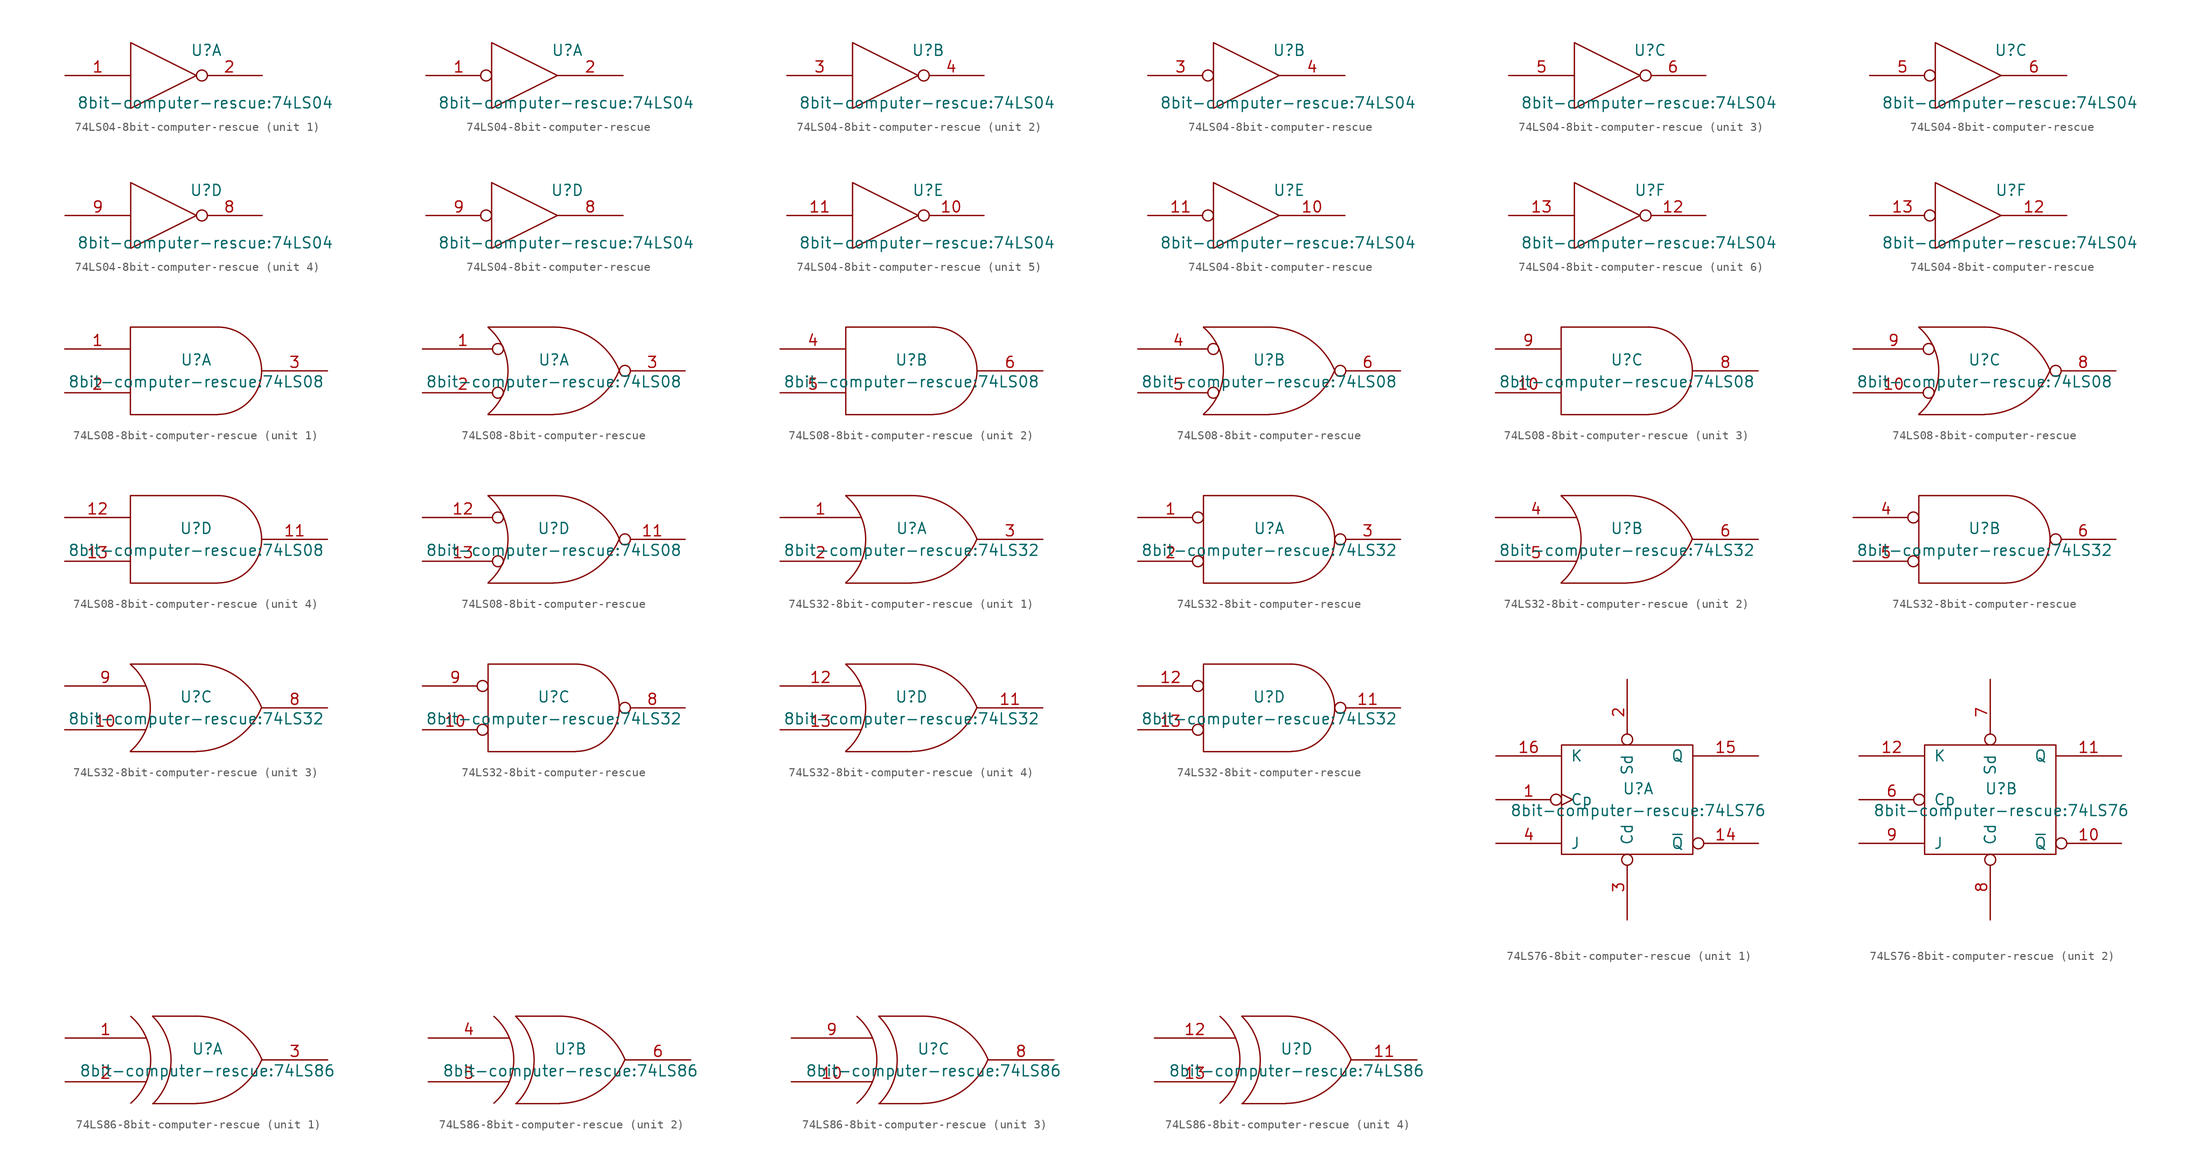
<source format=kicad_sym>
(kicad_symbol_lib
  (version 20231120)
  (generator "kicad_symbol_editor")
  (generator_version "8.0")
  (symbol "74LS04-8bit-computer-rescue"
    (pin_names
      (offset 0.762))
    (property "Reference" "U"
      (at 4.953 2.921 0)
      (effects (font (size 1.27 1.27))))
    (property "Value" "8bit-computer-rescue:74LS04"
      (at 4.826 -3.175 0)
      (effects (font (size 1.27 1.27))))
    (symbol "74LS04-8bit-computer-rescue_0_0"
      (polyline (pts (xy -3.81 3.81) (xy -3.81 -3.81) (xy 3.81 0) (xy -3.81 3.81)) (stroke (width 0) (type solid)) (fill (type none)))
      (pin power_in line (at -1.27 2.54 90) (length 0) hide (name "VCC" (effects (font (size 1.016 1.016)))) (number "14" (effects (font (size 1.016 1.016)))))
      (pin power_in line (at -1.27 -2.54 90) (length 0) hide (name "GND" (effects (font (size 1.016 1.016)))) (number "7" (effects (font (size 1.016 1.016))))))
    (symbol "74LS04-8bit-computer-rescue_1_1"
      (pin input line (at -11.43 0 0) (length 7.62) (name "~" (effects (font (size 1.27 1.27)))) (number "1" (effects (font (size 1.27 1.27)))))
      (pin output inverted (at 11.43 0 180) (length 7.62) (name "~" (effects (font (size 1.27 1.27)))) (number "2" (effects (font (size 1.27 1.27))))))
    (symbol "74LS04-8bit-computer-rescue_1_2"
      (pin input inverted (at -11.43 0 0) (length 7.62) (name "~" (effects (font (size 1.27 1.27)))) (number "1" (effects (font (size 1.27 1.27)))))
      (pin output line (at 11.43 0 180) (length 7.62) (name "~" (effects (font (size 1.27 1.27)))) (number "2" (effects (font (size 1.27 1.27))))))
    (symbol "74LS04-8bit-computer-rescue_2_1"
      (pin input line (at -11.43 0 0) (length 7.62) (name "~" (effects (font (size 1.27 1.27)))) (number "3" (effects (font (size 1.27 1.27)))))
      (pin output inverted (at 11.43 0 180) (length 7.62) (name "~" (effects (font (size 1.27 1.27)))) (number "4" (effects (font (size 1.27 1.27))))))
    (symbol "74LS04-8bit-computer-rescue_2_2"
      (pin input inverted (at -11.43 0 0) (length 7.62) (name "~" (effects (font (size 1.27 1.27)))) (number "3" (effects (font (size 1.27 1.27)))))
      (pin output line (at 11.43 0 180) (length 7.62) (name "~" (effects (font (size 1.27 1.27)))) (number "4" (effects (font (size 1.27 1.27))))))
    (symbol "74LS04-8bit-computer-rescue_3_1"
      (pin input line (at -11.43 0 0) (length 7.62) (name "~" (effects (font (size 1.27 1.27)))) (number "5" (effects (font (size 1.27 1.27)))))
      (pin output inverted (at 11.43 0 180) (length 7.62) (name "~" (effects (font (size 1.27 1.27)))) (number "6" (effects (font (size 1.27 1.27))))))
    (symbol "74LS04-8bit-computer-rescue_3_2"
      (pin input inverted (at -11.43 0 0) (length 7.62) (name "~" (effects (font (size 1.27 1.27)))) (number "5" (effects (font (size 1.27 1.27)))))
      (pin output line (at 11.43 0 180) (length 7.62) (name "~" (effects (font (size 1.27 1.27)))) (number "6" (effects (font (size 1.27 1.27))))))
    (symbol "74LS04-8bit-computer-rescue_4_1"
      (pin output inverted (at 11.43 0 180) (length 7.62) (name "~" (effects (font (size 1.27 1.27)))) (number "8" (effects (font (size 1.27 1.27)))))
      (pin input line (at -11.43 0 0) (length 7.62) (name "~" (effects (font (size 1.27 1.27)))) (number "9" (effects (font (size 1.27 1.27))))))
    (symbol "74LS04-8bit-computer-rescue_4_2"
      (pin output line (at 11.43 0 180) (length 7.62) (name "~" (effects (font (size 1.27 1.27)))) (number "8" (effects (font (size 1.27 1.27)))))
      (pin input inverted (at -11.43 0 0) (length 7.62) (name "~" (effects (font (size 1.27 1.27)))) (number "9" (effects (font (size 1.27 1.27))))))
    (symbol "74LS04-8bit-computer-rescue_5_1"
      (pin output inverted (at 11.43 0 180) (length 7.62) (name "~" (effects (font (size 1.27 1.27)))) (number "10" (effects (font (size 1.27 1.27)))))
      (pin input line (at -11.43 0 0) (length 7.62) (name "~" (effects (font (size 1.27 1.27)))) (number "11" (effects (font (size 1.27 1.27))))))
    (symbol "74LS04-8bit-computer-rescue_5_2"
      (pin output line (at 11.43 0 180) (length 7.62) (name "~" (effects (font (size 1.27 1.27)))) (number "10" (effects (font (size 1.27 1.27)))))
      (pin input inverted (at -11.43 0 0) (length 7.62) (name "~" (effects (font (size 1.27 1.27)))) (number "11" (effects (font (size 1.27 1.27))))))
    (symbol "74LS04-8bit-computer-rescue_6_1"
      (pin output inverted (at 11.43 0 180) (length 7.62) (name "~" (effects (font (size 1.27 1.27)))) (number "12" (effects (font (size 1.27 1.27)))))
      (pin input line (at -11.43 0 0) (length 7.62) (name "~" (effects (font (size 1.27 1.27)))) (number "13" (effects (font (size 1.27 1.27))))))
    (symbol "74LS04-8bit-computer-rescue_6_2"
      (pin output line (at 11.43 0 180) (length 7.62) (name "~" (effects (font (size 1.27 1.27)))) (number "12" (effects (font (size 1.27 1.27)))))
      (pin input inverted (at -11.43 0 0) (length 7.62) (name "~" (effects (font (size 1.27 1.27)))) (number "13" (effects (font (size 1.27 1.27)))))))
  (symbol "74LS08-8bit-computer-rescue"
    (pin_names
      (offset 0.762))
    (property "Reference" "U"
      (at 0 1.27 0)
      (effects (font (size 1.27 1.27))))
    (property "Value" "8bit-computer-rescue:74LS08"
      (at 0 -1.27 0)
      (effects (font (size 1.27 1.27))))
    (symbol "74LS08-8bit-computer-rescue_0_0"
      (pin power_in line (at -5.08 5.08 90) (length 0) hide (name "VCC" (effects (font (size 1.016 1.016)))) (number "14" (effects (font (size 1.016 1.016)))))
      (pin power_in line (at -5.08 -5.08 90) (length 0) hide (name "GND" (effects (font (size 1.016 1.016)))) (number "7" (effects (font (size 1.016 1.016))))))
    (symbol "74LS08-8bit-computer-rescue_0_1"
      (polyline (pts (xy 2.54 5.08) (xy -7.62 5.08) (xy -7.62 -5.08) (xy 2.54 -5.08)) (stroke (width 0) (type solid)) (fill (type none)))
      (arc (start 2.5654 -5.0546) (mid 7.5947 0.0001) (end 2.5654 5.08) (stroke (width 0) (type solid)) (fill (type none))))
    (symbol "74LS08-8bit-computer-rescue_0_2"
      (arc (start -7.62 -5.0292) (mid -5.3094 0.0082) (end -7.62 5.0546) (stroke (width 0) (type solid)) (fill (type none)))
      (arc (start 0 -5.0546) (mid 4.5632 -3.6449) (end 7.5946 0.0508) (stroke (width 0) (type solid)) (fill (type none)))
      (polyline (pts (xy -7.62 -5.08) (xy 0 -5.08)) (stroke (width 0) (type solid)) (fill (type none)))
      (polyline (pts (xy -7.62 5.08) (xy 0 5.08)) (stroke (width 0) (type solid)) (fill (type none)))
      (arc (start 7.62 0) (mid 4.6132 3.6946) (end 0.0508 5.08) (stroke (width 0) (type solid)) (fill (type none))))
    (symbol "74LS08-8bit-computer-rescue_1_1"
      (pin input line (at -15.24 2.54 0) (length 7.62) (name "~" (effects (font (size 1.27 1.27)))) (number "1" (effects (font (size 1.27 1.27)))))
      (pin input line (at -15.24 -2.54 0) (length 7.62) (name "~" (effects (font (size 1.27 1.27)))) (number "2" (effects (font (size 1.27 1.27)))))
      (pin output line (at 15.24 0 180) (length 7.62) (name "~" (effects (font (size 1.27 1.27)))) (number "3" (effects (font (size 1.27 1.27))))))
    (symbol "74LS08-8bit-computer-rescue_1_2"
      (pin input inverted (at -15.24 2.54 0) (length 9.398) (name "~" (effects (font (size 1.27 1.27)))) (number "1" (effects (font (size 1.27 1.27)))))
      (pin input inverted (at -15.24 -2.54 0) (length 9.398) (name "~" (effects (font (size 1.27 1.27)))) (number "2" (effects (font (size 1.27 1.27)))))
      (pin output inverted (at 15.24 0 180) (length 7.62) (name "~" (effects (font (size 1.27 1.27)))) (number "3" (effects (font (size 1.27 1.27))))))
    (symbol "74LS08-8bit-computer-rescue_2_1"
      (pin input line (at -15.24 2.54 0) (length 7.62) (name "~" (effects (font (size 1.27 1.27)))) (number "4" (effects (font (size 1.27 1.27)))))
      (pin input line (at -15.24 -2.54 0) (length 7.62) (name "~" (effects (font (size 1.27 1.27)))) (number "5" (effects (font (size 1.27 1.27)))))
      (pin output line (at 15.24 0 180) (length 7.62) (name "~" (effects (font (size 1.27 1.27)))) (number "6" (effects (font (size 1.27 1.27))))))
    (symbol "74LS08-8bit-computer-rescue_2_2"
      (pin input inverted (at -15.24 2.54 0) (length 9.398) (name "~" (effects (font (size 1.27 1.27)))) (number "4" (effects (font (size 1.27 1.27)))))
      (pin input inverted (at -15.24 -2.54 0) (length 9.398) (name "~" (effects (font (size 1.27 1.27)))) (number "5" (effects (font (size 1.27 1.27)))))
      (pin output inverted (at 15.24 0 180) (length 7.62) (name "~" (effects (font (size 1.27 1.27)))) (number "6" (effects (font (size 1.27 1.27))))))
    (symbol "74LS08-8bit-computer-rescue_3_1"
      (pin input line (at -15.24 -2.54 0) (length 7.62) (name "~" (effects (font (size 1.27 1.27)))) (number "10" (effects (font (size 1.27 1.27)))))
      (pin output line (at 15.24 0 180) (length 7.62) (name "~" (effects (font (size 1.27 1.27)))) (number "8" (effects (font (size 1.27 1.27)))))
      (pin input line (at -15.24 2.54 0) (length 7.62) (name "~" (effects (font (size 1.27 1.27)))) (number "9" (effects (font (size 1.27 1.27))))))
    (symbol "74LS08-8bit-computer-rescue_3_2"
      (pin input inverted (at -15.24 -2.54 0) (length 9.398) (name "~" (effects (font (size 1.27 1.27)))) (number "10" (effects (font (size 1.27 1.27)))))
      (pin output inverted (at 15.24 0 180) (length 7.62) (name "~" (effects (font (size 1.27 1.27)))) (number "8" (effects (font (size 1.27 1.27)))))
      (pin input inverted (at -15.24 2.54 0) (length 9.398) (name "~" (effects (font (size 1.27 1.27)))) (number "9" (effects (font (size 1.27 1.27))))))
    (symbol "74LS08-8bit-computer-rescue_4_1"
      (pin output line (at 15.24 0 180) (length 7.62) (name "~" (effects (font (size 1.27 1.27)))) (number "11" (effects (font (size 1.27 1.27)))))
      (pin input line (at -15.24 2.54 0) (length 7.62) (name "~" (effects (font (size 1.27 1.27)))) (number "12" (effects (font (size 1.27 1.27)))))
      (pin input line (at -15.24 -2.54 0) (length 7.62) (name "~" (effects (font (size 1.27 1.27)))) (number "13" (effects (font (size 1.27 1.27))))))
    (symbol "74LS08-8bit-computer-rescue_4_2"
      (pin output inverted (at 15.24 0 180) (length 7.62) (name "~" (effects (font (size 1.27 1.27)))) (number "11" (effects (font (size 1.27 1.27)))))
      (pin input inverted (at -15.24 2.54 0) (length 9.398) (name "~" (effects (font (size 1.27 1.27)))) (number "12" (effects (font (size 1.27 1.27)))))
      (pin input inverted (at -15.24 -2.54 0) (length 9.398) (name "~" (effects (font (size 1.27 1.27)))) (number "13" (effects (font (size 1.27 1.27)))))))
  (symbol "74LS32-8bit-computer-rescue"
    (pin_names
      (offset 0.762))
    (property "Reference" "U"
      (at 0 1.27 0)
      (effects (font (size 1.27 1.27))))
    (property "Value" "8bit-computer-rescue:74LS32"
      (at 0 -1.27 0)
      (effects (font (size 1.27 1.27))))
    (symbol "74LS32-8bit-computer-rescue_0_0"
      (pin power_in line (at -5.08 5.08 90) (length 0) hide (name "VCC" (effects (font (size 1.016 1.016)))) (number "14" (effects (font (size 1.016 1.016)))))
      (pin power_in line (at -5.08 -5.08 90) (length 0) hide (name "GND" (effects (font (size 1.016 1.016)))) (number "7" (effects (font (size 1.016 1.016))))))
    (symbol "74LS32-8bit-computer-rescue_0_1"
      (arc (start -7.62 -5.0292) (mid -5.3094 0.0082) (end -7.62 5.0546) (stroke (width 0) (type solid)) (fill (type none)))
      (arc (start 0 -5.0546) (mid 4.5632 -3.6449) (end 7.5946 0.0508) (stroke (width 0) (type solid)) (fill (type none)))
      (polyline (pts (xy -7.62 -5.08) (xy 0 -5.08)) (stroke (width 0) (type solid)) (fill (type none)))
      (polyline (pts (xy -7.62 5.08) (xy 0 5.08)) (stroke (width 0) (type solid)) (fill (type none)))
      (arc (start 7.62 0) (mid 4.6132 3.6946) (end 0.0508 5.08) (stroke (width 0) (type solid)) (fill (type none))))
    (symbol "74LS32-8bit-computer-rescue_0_2"
      (polyline (pts (xy 2.54 5.08) (xy -7.62 5.08) (xy -7.62 -5.08) (xy 2.54 -5.08)) (stroke (width 0) (type solid)) (fill (type none)))
      (arc (start 2.5654 -5.0546) (mid 7.5947 0.0001) (end 2.5654 5.08) (stroke (width 0) (type solid)) (fill (type none))))
    (symbol "74LS32-8bit-computer-rescue_1_1"
      (pin input line (at -15.24 2.54 0) (length 9.398) (name "~" (effects (font (size 1.27 1.27)))) (number "1" (effects (font (size 1.27 1.27)))))
      (pin input line (at -15.24 -2.54 0) (length 9.398) (name "~" (effects (font (size 1.27 1.27)))) (number "2" (effects (font (size 1.27 1.27)))))
      (pin output line (at 15.24 0 180) (length 7.62) (name "~" (effects (font (size 1.27 1.27)))) (number "3" (effects (font (size 1.27 1.27))))))
    (symbol "74LS32-8bit-computer-rescue_1_2"
      (pin input inverted (at -15.24 2.54 0) (length 7.62) (name "~" (effects (font (size 1.27 1.27)))) (number "1" (effects (font (size 1.27 1.27)))))
      (pin input inverted (at -15.24 -2.54 0) (length 7.62) (name "~" (effects (font (size 1.27 1.27)))) (number "2" (effects (font (size 1.27 1.27)))))
      (pin output inverted (at 15.24 0 180) (length 7.62) (name "~" (effects (font (size 1.27 1.27)))) (number "3" (effects (font (size 1.27 1.27))))))
    (symbol "74LS32-8bit-computer-rescue_2_1"
      (pin input line (at -15.24 2.54 0) (length 9.398) (name "~" (effects (font (size 1.27 1.27)))) (number "4" (effects (font (size 1.27 1.27)))))
      (pin input line (at -15.24 -2.54 0) (length 9.398) (name "~" (effects (font (size 1.27 1.27)))) (number "5" (effects (font (size 1.27 1.27)))))
      (pin output line (at 15.24 0 180) (length 7.62) (name "~" (effects (font (size 1.27 1.27)))) (number "6" (effects (font (size 1.27 1.27))))))
    (symbol "74LS32-8bit-computer-rescue_2_2"
      (pin input inverted (at -15.24 2.54 0) (length 7.62) (name "~" (effects (font (size 1.27 1.27)))) (number "4" (effects (font (size 1.27 1.27)))))
      (pin input inverted (at -15.24 -2.54 0) (length 7.62) (name "~" (effects (font (size 1.27 1.27)))) (number "5" (effects (font (size 1.27 1.27)))))
      (pin output inverted (at 15.24 0 180) (length 7.62) (name "~" (effects (font (size 1.27 1.27)))) (number "6" (effects (font (size 1.27 1.27))))))
    (symbol "74LS32-8bit-computer-rescue_3_1"
      (pin input line (at -15.24 -2.54 0) (length 9.398) (name "~" (effects (font (size 1.27 1.27)))) (number "10" (effects (font (size 1.27 1.27)))))
      (pin output line (at 15.24 0 180) (length 7.62) (name "~" (effects (font (size 1.27 1.27)))) (number "8" (effects (font (size 1.27 1.27)))))
      (pin input line (at -15.24 2.54 0) (length 9.398) (name "~" (effects (font (size 1.27 1.27)))) (number "9" (effects (font (size 1.27 1.27))))))
    (symbol "74LS32-8bit-computer-rescue_3_2"
      (pin input inverted (at -15.24 -2.54 0) (length 7.62) (name "~" (effects (font (size 1.27 1.27)))) (number "10" (effects (font (size 1.27 1.27)))))
      (pin output inverted (at 15.24 0 180) (length 7.62) (name "~" (effects (font (size 1.27 1.27)))) (number "8" (effects (font (size 1.27 1.27)))))
      (pin input inverted (at -15.24 2.54 0) (length 7.62) (name "~" (effects (font (size 1.27 1.27)))) (number "9" (effects (font (size 1.27 1.27))))))
    (symbol "74LS32-8bit-computer-rescue_4_1"
      (pin output line (at 15.24 0 180) (length 7.62) (name "~" (effects (font (size 1.27 1.27)))) (number "11" (effects (font (size 1.27 1.27)))))
      (pin input line (at -15.24 2.54 0) (length 9.398) (name "~" (effects (font (size 1.27 1.27)))) (number "12" (effects (font (size 1.27 1.27)))))
      (pin input line (at -15.24 -2.54 0) (length 9.398) (name "~" (effects (font (size 1.27 1.27)))) (number "13" (effects (font (size 1.27 1.27))))))
    (symbol "74LS32-8bit-computer-rescue_4_2"
      (pin output inverted (at 15.24 0 180) (length 7.62) (name "~" (effects (font (size 1.27 1.27)))) (number "11" (effects (font (size 1.27 1.27)))))
      (pin input inverted (at -15.24 2.54 0) (length 7.62) (name "~" (effects (font (size 1.27 1.27)))) (number "12" (effects (font (size 1.27 1.27)))))
      (pin input inverted (at -15.24 -2.54 0) (length 7.62) (name "~" (effects (font (size 1.27 1.27)))) (number "13" (effects (font (size 1.27 1.27)))))))
  (symbol "74LS76-8bit-computer-rescue"
    (pin_names
      (offset 1.016))
    (property "Reference" "U"
      (at 1.27 1.27 0)
      (effects (font (size 1.27 1.27))))
    (property "Value" "8bit-computer-rescue:74LS76"
      (at 1.27 -1.27 0)
      (effects (font (size 1.27 1.27))))
    (symbol "74LS76-8bit-computer-rescue_0_0"
      (pin power_in line (at -5.08 -6.35 90) (length 0) hide (name "GND" (effects (font (size 1.27 1.27)))) (number "13" (effects (font (size 1.27 1.27)))))
      (pin power_in line (at -5.08 6.35 90) (length 0) hide (name "VCC" (effects (font (size 1.27 1.27)))) (number "5" (effects (font (size 1.27 1.27))))))
    (symbol "74LS76-8bit-computer-rescue_0_1"
      (rectangle (start -7.62 6.35) (end 7.62 -6.35) (stroke (width 0) (type solid)) (fill (type none))))
    (symbol "74LS76-8bit-computer-rescue_1_1"
      (pin input inverted_clock (at -15.24 0 0) (length 7.62) (name "Cp" (effects (font (size 1.27 1.27)))) (number "1" (effects (font (size 1.27 1.27)))))
      (pin output inverted (at 15.24 -5.08 180) (length 7.62) (name "~{Q}" (effects (font (size 1.27 1.27)))) (number "14" (effects (font (size 1.27 1.27)))))
      (pin output line (at 15.24 5.08 180) (length 7.62) (name "Q" (effects (font (size 1.27 1.27)))) (number "15" (effects (font (size 1.27 1.27)))))
      (pin input line (at -15.24 5.08 0) (length 7.62) (name "K" (effects (font (size 1.27 1.27)))) (number "16" (effects (font (size 1.27 1.27)))))
      (pin input inverted (at 0 13.97 270) (length 7.62) (name "Sd" (effects (font (size 1.27 1.27)))) (number "2" (effects (font (size 1.27 1.27)))))
      (pin input inverted (at 0 -13.97 90) (length 7.62) (name "Cd" (effects (font (size 1.27 1.27)))) (number "3" (effects (font (size 1.27 1.27)))))
      (pin input line (at -15.24 -5.08 0) (length 7.62) (name "J" (effects (font (size 1.27 1.27)))) (number "4" (effects (font (size 1.27 1.27))))))
    (symbol "74LS76-8bit-computer-rescue_2_1"
      (pin output inverted (at 15.24 -5.08 180) (length 7.62) (name "~{Q}" (effects (font (size 1.27 1.27)))) (number "10" (effects (font (size 1.27 1.27)))))
      (pin output line (at 15.24 5.08 180) (length 7.62) (name "Q" (effects (font (size 1.27 1.27)))) (number "11" (effects (font (size 1.27 1.27)))))
      (pin input line (at -15.24 5.08 0) (length 7.62) (name "K" (effects (font (size 1.27 1.27)))) (number "12" (effects (font (size 1.27 1.27)))))
      (pin input inverted (at -15.24 0 0) (length 7.62) (name "Cp" (effects (font (size 1.27 1.27)))) (number "6" (effects (font (size 1.27 1.27)))))
      (pin input inverted (at 0 13.97 270) (length 7.62) (name "Sd" (effects (font (size 1.27 1.27)))) (number "7" (effects (font (size 1.27 1.27)))))
      (pin input inverted (at 0 -13.97 90) (length 7.62) (name "Cd" (effects (font (size 1.27 1.27)))) (number "8" (effects (font (size 1.27 1.27)))))
      (pin input line (at -15.24 -5.08 0) (length 7.62) (name "J" (effects (font (size 1.27 1.27)))) (number "9" (effects (font (size 1.27 1.27)))))))
  (symbol "74LS86-8bit-computer-rescue"
    (pin_names
      (offset 0.762) hide)
    (property "Reference" "U"
      (at 1.27 1.27 0)
      (effects (font (size 1.27 1.27))))
    (property "Value" "8bit-computer-rescue:74LS86"
      (at 1.27 -1.27 0)
      (effects (font (size 1.27 1.27))))
    (symbol "74LS86-8bit-computer-rescue_0_0"
      (pin power_in line (at -5.08 5.08 270) (length 0) hide (name "VCC" (effects (font (size 1.016 1.016)))) (number "14" (effects (font (size 1.016 1.016)))))
      (pin power_in line (at -5.08 -5.08 90) (length 0) hide (name "GND" (effects (font (size 1.016 1.016)))) (number "7" (effects (font (size 1.016 1.016))))))
    (symbol "74LS86-8bit-computer-rescue_0_1"
      (arc (start -7.62 -5.0292) (mid -5.3094 0.0082) (end -7.62 5.0546) (stroke (width 0) (type solid)) (fill (type none)))
      (arc (start -5.0292 -5.08) (mid -2.9462 -0.006) (end -5.08 5.0546) (stroke (width 0) (type solid)) (fill (type none)))
      (arc (start 0 -5.0546) (mid 4.5632 -3.6449) (end 7.5946 0.0508) (stroke (width 0) (type solid)) (fill (type none)))
      (polyline (pts (xy -5.08 -5.08) (xy 0 -5.08)) (stroke (width 0) (type solid)) (fill (type none)))
      (polyline (pts (xy -5.08 5.08) (xy 0 5.08)) (stroke (width 0) (type solid)) (fill (type none)))
      (arc (start 7.62 0) (mid 4.6132 3.6946) (end 0.0508 5.08) (stroke (width 0) (type solid)) (fill (type none))))
    (symbol "74LS86-8bit-computer-rescue_1_1"
      (pin input line (at -15.24 2.54 0) (length 9.398) (name "IN1" (effects (font (size 1.27 1.27)))) (number "1" (effects (font (size 1.27 1.27)))))
      (pin input line (at -15.24 -2.54 0) (length 9.398) (name "IN2" (effects (font (size 1.27 1.27)))) (number "2" (effects (font (size 1.27 1.27)))))
      (pin output line (at 15.24 0 180) (length 7.62) (name "OUT" (effects (font (size 1.27 1.27)))) (number "3" (effects (font (size 1.27 1.27))))))
    (symbol "74LS86-8bit-computer-rescue_2_1"
      (pin input line (at -15.24 2.54 0) (length 9.398) (name "IN1" (effects (font (size 1.27 1.27)))) (number "4" (effects (font (size 1.27 1.27)))))
      (pin input line (at -15.24 -2.54 0) (length 9.398) (name "IN2" (effects (font (size 1.27 1.27)))) (number "5" (effects (font (size 1.27 1.27)))))
      (pin output line (at 15.24 0 180) (length 7.62) (name "OUT" (effects (font (size 1.27 1.27)))) (number "6" (effects (font (size 1.27 1.27))))))
    (symbol "74LS86-8bit-computer-rescue_3_1"
      (pin input line (at -15.24 -2.54 0) (length 9.398) (name "IN2" (effects (font (size 1.27 1.27)))) (number "10" (effects (font (size 1.27 1.27)))))
      (pin output line (at 15.24 0 180) (length 7.62) (name "OUT" (effects (font (size 1.27 1.27)))) (number "8" (effects (font (size 1.27 1.27)))))
      (pin input line (at -15.24 2.54 0) (length 9.398) (name "IN1" (effects (font (size 1.27 1.27)))) (number "9" (effects (font (size 1.27 1.27))))))
    (symbol "74LS86-8bit-computer-rescue_4_1"
      (pin output line (at 15.24 0 180) (length 7.62) (name "OUT" (effects (font (size 1.27 1.27)))) (number "11" (effects (font (size 1.27 1.27)))))
      (pin input line (at -15.24 2.54 0) (length 9.398) (name "IN1" (effects (font (size 1.27 1.27)))) (number "12" (effects (font (size 1.27 1.27)))))
      (pin input line (at -15.24 -2.54 0) (length 9.398) (name "IN2" (effects (font (size 1.27 1.27)))) (number "13" (effects (font (size 1.27 1.27))))))))
</source>
